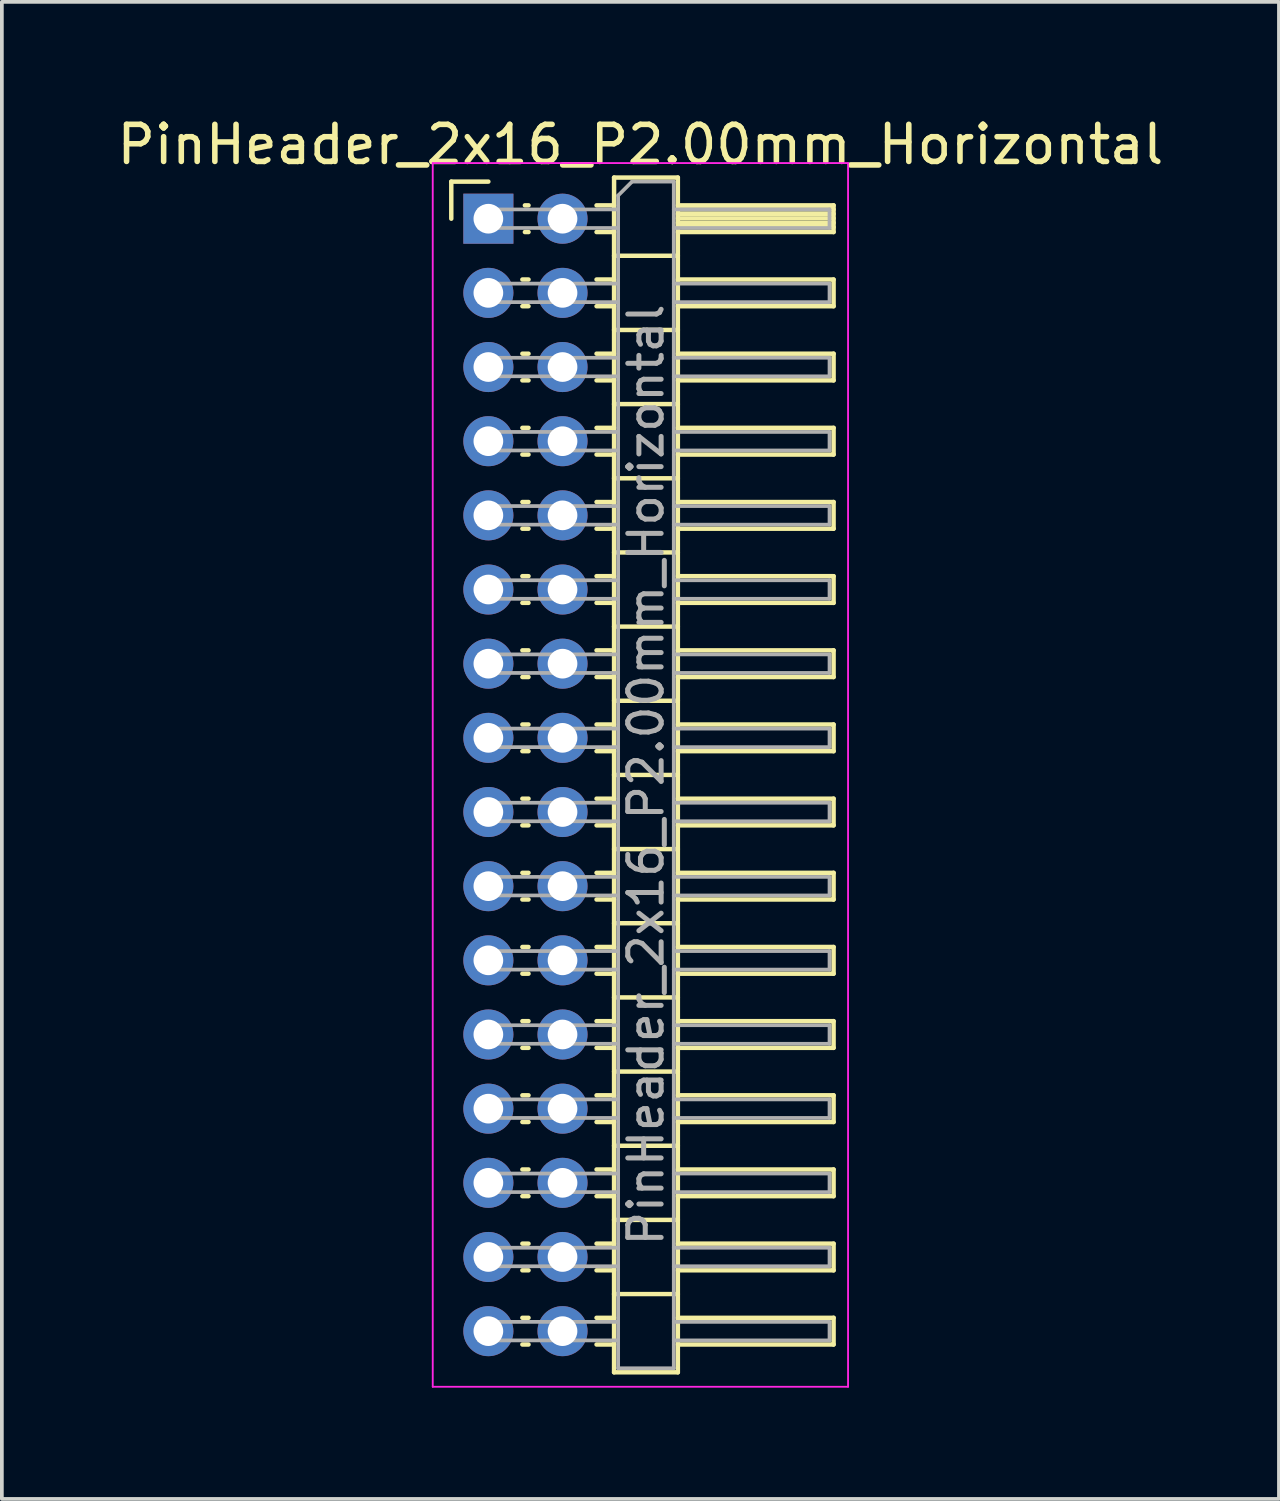
<source format=kicad_pcb>
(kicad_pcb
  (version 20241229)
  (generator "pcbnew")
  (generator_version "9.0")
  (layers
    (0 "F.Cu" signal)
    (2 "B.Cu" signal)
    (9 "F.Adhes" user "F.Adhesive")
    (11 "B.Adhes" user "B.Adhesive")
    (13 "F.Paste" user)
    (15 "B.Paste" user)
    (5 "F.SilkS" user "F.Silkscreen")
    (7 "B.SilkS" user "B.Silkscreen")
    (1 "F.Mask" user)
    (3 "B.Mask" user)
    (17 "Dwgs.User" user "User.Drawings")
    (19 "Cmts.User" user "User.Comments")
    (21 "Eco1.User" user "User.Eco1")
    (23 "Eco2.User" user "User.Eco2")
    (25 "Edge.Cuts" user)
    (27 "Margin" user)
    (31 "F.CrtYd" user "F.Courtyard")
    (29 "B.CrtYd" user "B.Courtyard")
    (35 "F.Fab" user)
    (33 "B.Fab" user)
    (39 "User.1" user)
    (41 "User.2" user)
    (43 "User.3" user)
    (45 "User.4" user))
  (footprint "PinHeader_2x16_P2.00mm_Horizontal"
    (layer "F.Cu")
    (at 10.12 2.848)
    (property "Reference" "PinHeader_2x16_P2.00mm_Horizontal" (at 4.1 -2 0) (layer "F.SilkS") (effects (font (size 1 1) (thickness 0.15))))
    (attr through_hole)
    (fp_line (start -1 -1) (end 0 -1) (stroke (width 0.12) (type solid)) (layer "F.SilkS"))
    (fp_line (start -1 0) (end -1 -1) (stroke (width 0.12) (type solid)) (layer "F.SilkS"))
    (fp_line (start 0.917 1.64) (end 1.083 1.64) (stroke (width 0.12) (type solid)) (layer "F.SilkS"))
    (fp_line (start 0.917 2.36) (end 1.083 2.36) (stroke (width 0.12) (type solid)) (layer "F.SilkS"))
    (fp_line (start 0.917 3.64) (end 1.083 3.64) (stroke (width 0.12) (type solid)) (layer "F.SilkS"))
    (fp_line (start 0.917 4.36) (end 1.083 4.36) (stroke (width 0.12) (type solid)) (layer "F.SilkS"))
    (fp_line (start 0.917 5.64) (end 1.083 5.64) (stroke (width 0.12) (type solid)) (layer "F.SilkS"))
    (fp_line (start 0.917 6.36) (end 1.083 6.36) (stroke (width 0.12) (type solid)) (layer "F.SilkS"))
    (fp_line (start 0.917 7.64) (end 1.083 7.64) (stroke (width 0.12) (type solid)) (layer "F.SilkS"))
    (fp_line (start 0.917 8.36) (end 1.083 8.36) (stroke (width 0.12) (type solid)) (layer "F.SilkS"))
    (fp_line (start 0.917 9.64) (end 1.083 9.64) (stroke (width 0.12) (type solid)) (layer "F.SilkS"))
    (fp_line (start 0.917 10.36) (end 1.083 10.36) (stroke (width 0.12) (type solid)) (layer "F.SilkS"))
    (fp_line (start 0.917 11.64) (end 1.083 11.64) (stroke (width 0.12) (type solid)) (layer "F.SilkS"))
    (fp_line (start 0.917 12.36) (end 1.083 12.36) (stroke (width 0.12) (type solid)) (layer "F.SilkS"))
    (fp_line (start 0.917 13.64) (end 1.083 13.64) (stroke (width 0.12) (type solid)) (layer "F.SilkS"))
    (fp_line (start 0.917 14.36) (end 1.083 14.36) (stroke (width 0.12) (type solid)) (layer "F.SilkS"))
    (fp_line (start 0.917 15.64) (end 1.083 15.64) (stroke (width 0.12) (type solid)) (layer "F.SilkS"))
    (fp_line (start 0.917 16.36) (end 1.083 16.36) (stroke (width 0.12) (type solid)) (layer "F.SilkS"))
    (fp_line (start 0.917 17.64) (end 1.083 17.64) (stroke (width 0.12) (type solid)) (layer "F.SilkS"))
    (fp_line (start 0.917 18.36) (end 1.083 18.36) (stroke (width 0.12) (type solid)) (layer "F.SilkS"))
    (fp_line (start 0.917 19.64) (end 1.083 19.64) (stroke (width 0.12) (type solid)) (layer "F.SilkS"))
    (fp_line (start 0.917 20.36) (end 1.083 20.36) (stroke (width 0.12) (type solid)) (layer "F.SilkS"))
    (fp_line (start 0.917 21.64) (end 1.083 21.64) (stroke (width 0.12) (type solid)) (layer "F.SilkS"))
    (fp_line (start 0.917 22.36) (end 1.083 22.36) (stroke (width 0.12) (type solid)) (layer "F.SilkS"))
    (fp_line (start 0.917 23.64) (end 1.083 23.64) (stroke (width 0.12) (type solid)) (layer "F.SilkS"))
    (fp_line (start 0.917 24.36) (end 1.083 24.36) (stroke (width 0.12) (type solid)) (layer "F.SilkS"))
    (fp_line (start 0.917 25.64) (end 1.083 25.64) (stroke (width 0.12) (type solid)) (layer "F.SilkS"))
    (fp_line (start 0.917 26.36) (end 1.083 26.36) (stroke (width 0.12) (type solid)) (layer "F.SilkS"))
    (fp_line (start 0.917 27.64) (end 1.083 27.64) (stroke (width 0.12) (type solid)) (layer "F.SilkS"))
    (fp_line (start 0.917 28.36) (end 1.083 28.36) (stroke (width 0.12) (type solid)) (layer "F.SilkS"))
    (fp_line (start 0.917 29.64) (end 1.083 29.64) (stroke (width 0.12) (type solid)) (layer "F.SilkS"))
    (fp_line (start 0.917 30.36) (end 1.083 30.36) (stroke (width 0.12) (type solid)) (layer "F.SilkS"))
    (fp_line (start 0.985 -0.36) (end 1.083 -0.36) (stroke (width 0.12) (type solid)) (layer "F.SilkS"))
    (fp_line (start 0.985 0.36) (end 1.083 0.36) (stroke (width 0.12) (type solid)) (layer "F.SilkS"))
    (fp_line (start 2.917 -0.36) (end 3.39 -0.36) (stroke (width 0.12) (type solid)) (layer "F.SilkS"))
    (fp_line (start 2.917 0.36) (end 3.39 0.36) (stroke (width 0.12) (type solid)) (layer "F.SilkS"))
    (fp_line (start 2.917 1.64) (end 3.39 1.64) (stroke (width 0.12) (type solid)) (layer "F.SilkS"))
    (fp_line (start 2.917 2.36) (end 3.39 2.36) (stroke (width 0.12) (type solid)) (layer "F.SilkS"))
    (fp_line (start 2.917 3.64) (end 3.39 3.64) (stroke (width 0.12) (type solid)) (layer "F.SilkS"))
    (fp_line (start 2.917 4.36) (end 3.39 4.36) (stroke (width 0.12) (type solid)) (layer "F.SilkS"))
    (fp_line (start 2.917 5.64) (end 3.39 5.64) (stroke (width 0.12) (type solid)) (layer "F.SilkS"))
    (fp_line (start 2.917 6.36) (end 3.39 6.36) (stroke (width 0.12) (type solid)) (layer "F.SilkS"))
    (fp_line (start 2.917 7.64) (end 3.39 7.64) (stroke (width 0.12) (type solid)) (layer "F.SilkS"))
    (fp_line (start 2.917 8.36) (end 3.39 8.36) (stroke (width 0.12) (type solid)) (layer "F.SilkS"))
    (fp_line (start 2.917 9.64) (end 3.39 9.64) (stroke (width 0.12) (type solid)) (layer "F.SilkS"))
    (fp_line (start 2.917 10.36) (end 3.39 10.36) (stroke (width 0.12) (type solid)) (layer "F.SilkS"))
    (fp_line (start 2.917 11.64) (end 3.39 11.64) (stroke (width 0.12) (type solid)) (layer "F.SilkS"))
    (fp_line (start 2.917 12.36) (end 3.39 12.36) (stroke (width 0.12) (type solid)) (layer "F.SilkS"))
    (fp_line (start 2.917 13.64) (end 3.39 13.64) (stroke (width 0.12) (type solid)) (layer "F.SilkS"))
    (fp_line (start 2.917 14.36) (end 3.39 14.36) (stroke (width 0.12) (type solid)) (layer "F.SilkS"))
    (fp_line (start 2.917 15.64) (end 3.39 15.64) (stroke (width 0.12) (type solid)) (layer "F.SilkS"))
    (fp_line (start 2.917 16.36) (end 3.39 16.36) (stroke (width 0.12) (type solid)) (layer "F.SilkS"))
    (fp_line (start 2.917 17.64) (end 3.39 17.64) (stroke (width 0.12) (type solid)) (layer "F.SilkS"))
    (fp_line (start 2.917 18.36) (end 3.39 18.36) (stroke (width 0.12) (type solid)) (layer "F.SilkS"))
    (fp_line (start 2.917 19.64) (end 3.39 19.64) (stroke (width 0.12) (type solid)) (layer "F.SilkS"))
    (fp_line (start 2.917 20.36) (end 3.39 20.36) (stroke (width 0.12) (type solid)) (layer "F.SilkS"))
    (fp_line (start 2.917 21.64) (end 3.39 21.64) (stroke (width 0.12) (type solid)) (layer "F.SilkS"))
    (fp_line (start 2.917 22.36) (end 3.39 22.36) (stroke (width 0.12) (type solid)) (layer "F.SilkS"))
    (fp_line (start 2.917 23.64) (end 3.39 23.64) (stroke (width 0.12) (type solid)) (layer "F.SilkS"))
    (fp_line (start 2.917 24.36) (end 3.39 24.36) (stroke (width 0.12) (type solid)) (layer "F.SilkS"))
    (fp_line (start 2.917 25.64) (end 3.39 25.64) (stroke (width 0.12) (type solid)) (layer "F.SilkS"))
    (fp_line (start 2.917 26.36) (end 3.39 26.36) (stroke (width 0.12) (type solid)) (layer "F.SilkS"))
    (fp_line (start 2.917 27.64) (end 3.39 27.64) (stroke (width 0.12) (type solid)) (layer "F.SilkS"))
    (fp_line (start 2.917 28.36) (end 3.39 28.36) (stroke (width 0.12) (type solid)) (layer "F.SilkS"))
    (fp_line (start 2.917 29.64) (end 3.39 29.64) (stroke (width 0.12) (type solid)) (layer "F.SilkS"))
    (fp_line (start 2.917 30.36) (end 3.39 30.36) (stroke (width 0.12) (type solid)) (layer "F.SilkS"))
    (fp_line (start 3.39 -1.11) (end 3.39 31.11) (stroke (width 0.12) (type solid)) (layer "F.SilkS"))
    (fp_line (start 3.39 1) (end 5.11 1) (stroke (width 0.12) (type solid)) (layer "F.SilkS"))
    (fp_line (start 3.39 3) (end 5.11 3) (stroke (width 0.12) (type solid)) (layer "F.SilkS"))
    (fp_line (start 3.39 5) (end 5.11 5) (stroke (width 0.12) (type solid)) (layer "F.SilkS"))
    (fp_line (start 3.39 7) (end 5.11 7) (stroke (width 0.12) (type solid)) (layer "F.SilkS"))
    (fp_line (start 3.39 9) (end 5.11 9) (stroke (width 0.12) (type solid)) (layer "F.SilkS"))
    (fp_line (start 3.39 11) (end 5.11 11) (stroke (width 0.12) (type solid)) (layer "F.SilkS"))
    (fp_line (start 3.39 13) (end 5.11 13) (stroke (width 0.12) (type solid)) (layer "F.SilkS"))
    (fp_line (start 3.39 15) (end 5.11 15) (stroke (width 0.12) (type solid)) (layer "F.SilkS"))
    (fp_line (start 3.39 17) (end 5.11 17) (stroke (width 0.12) (type solid)) (layer "F.SilkS"))
    (fp_line (start 3.39 19) (end 5.11 19) (stroke (width 0.12) (type solid)) (layer "F.SilkS"))
    (fp_line (start 3.39 21) (end 5.11 21) (stroke (width 0.12) (type solid)) (layer "F.SilkS"))
    (fp_line (start 3.39 23) (end 5.11 23) (stroke (width 0.12) (type solid)) (layer "F.SilkS"))
    (fp_line (start 3.39 25) (end 5.11 25) (stroke (width 0.12) (type solid)) (layer "F.SilkS"))
    (fp_line (start 3.39 27) (end 5.11 27) (stroke (width 0.12) (type solid)) (layer "F.SilkS"))
    (fp_line (start 3.39 29) (end 5.11 29) (stroke (width 0.12) (type solid)) (layer "F.SilkS"))
    (fp_line (start 3.39 31.11) (end 5.11 31.11) (stroke (width 0.12) (type solid)) (layer "F.SilkS"))
    (fp_line (start 5.11 -1.11) (end 3.39 -1.11) (stroke (width 0.12) (type solid)) (layer "F.SilkS"))
    (fp_line (start 5.11 -0.36) (end 9.31 -0.36) (stroke (width 0.12) (type solid)) (layer "F.SilkS"))
    (fp_line (start 5.11 -0.25) (end 9.31 -0.25) (stroke (width 0.12) (type solid)) (layer "F.SilkS"))
    (fp_line (start 5.11 -0.13) (end 9.31 -0.13) (stroke (width 0.12) (type solid)) (layer "F.SilkS"))
    (fp_line (start 5.11 -0.01) (end 9.31 -0.01) (stroke (width 0.12) (type solid)) (layer "F.SilkS"))
    (fp_line (start 5.11 0.11) (end 9.31 0.11) (stroke (width 0.12) (type solid)) (layer "F.SilkS"))
    (fp_line (start 5.11 0.23) (end 9.31 0.23) (stroke (width 0.12) (type solid)) (layer "F.SilkS"))
    (fp_line (start 5.11 1.64) (end 9.31 1.64) (stroke (width 0.12) (type solid)) (layer "F.SilkS"))
    (fp_line (start 5.11 3.64) (end 9.31 3.64) (stroke (width 0.12) (type solid)) (layer "F.SilkS"))
    (fp_line (start 5.11 5.64) (end 9.31 5.64) (stroke (width 0.12) (type solid)) (layer "F.SilkS"))
    (fp_line (start 5.11 7.64) (end 9.31 7.64) (stroke (width 0.12) (type solid)) (layer "F.SilkS"))
    (fp_line (start 5.11 9.64) (end 9.31 9.64) (stroke (width 0.12) (type solid)) (layer "F.SilkS"))
    (fp_line (start 5.11 11.64) (end 9.31 11.64) (stroke (width 0.12) (type solid)) (layer "F.SilkS"))
    (fp_line (start 5.11 13.64) (end 9.31 13.64) (stroke (width 0.12) (type solid)) (layer "F.SilkS"))
    (fp_line (start 5.11 15.64) (end 9.31 15.64) (stroke (width 0.12) (type solid)) (layer "F.SilkS"))
    (fp_line (start 5.11 17.64) (end 9.31 17.64) (stroke (width 0.12) (type solid)) (layer "F.SilkS"))
    (fp_line (start 5.11 19.64) (end 9.31 19.64) (stroke (width 0.12) (type solid)) (layer "F.SilkS"))
    (fp_line (start 5.11 21.64) (end 9.31 21.64) (stroke (width 0.12) (type solid)) (layer "F.SilkS"))
    (fp_line (start 5.11 23.64) (end 9.31 23.64) (stroke (width 0.12) (type solid)) (layer "F.SilkS"))
    (fp_line (start 5.11 25.64) (end 9.31 25.64) (stroke (width 0.12) (type solid)) (layer "F.SilkS"))
    (fp_line (start 5.11 27.64) (end 9.31 27.64) (stroke (width 0.12) (type solid)) (layer "F.SilkS"))
    (fp_line (start 5.11 29.64) (end 9.31 29.64) (stroke (width 0.12) (type solid)) (layer "F.SilkS"))
    (fp_line (start 5.11 31.11) (end 5.11 -1.11) (stroke (width 0.12) (type solid)) (layer "F.SilkS"))
    (fp_line (start 9.31 -0.36) (end 9.31 0.36) (stroke (width 0.12) (type solid)) (layer "F.SilkS"))
    (fp_line (start 9.31 0.36) (end 5.11 0.36) (stroke (width 0.12) (type solid)) (layer "F.SilkS"))
    (fp_line (start 9.31 1.64) (end 9.31 2.36) (stroke (width 0.12) (type solid)) (layer "F.SilkS"))
    (fp_line (start 9.31 2.36) (end 5.11 2.36) (stroke (width 0.12) (type solid)) (layer "F.SilkS"))
    (fp_line (start 9.31 3.64) (end 9.31 4.36) (stroke (width 0.12) (type solid)) (layer "F.SilkS"))
    (fp_line (start 9.31 4.36) (end 5.11 4.36) (stroke (width 0.12) (type solid)) (layer "F.SilkS"))
    (fp_line (start 9.31 5.64) (end 9.31 6.36) (stroke (width 0.12) (type solid)) (layer "F.SilkS"))
    (fp_line (start 9.31 6.36) (end 5.11 6.36) (stroke (width 0.12) (type solid)) (layer "F.SilkS"))
    (fp_line (start 9.31 7.64) (end 9.31 8.36) (stroke (width 0.12) (type solid)) (layer "F.SilkS"))
    (fp_line (start 9.31 8.36) (end 5.11 8.36) (stroke (width 0.12) (type solid)) (layer "F.SilkS"))
    (fp_line (start 9.31 9.64) (end 9.31 10.36) (stroke (width 0.12) (type solid)) (layer "F.SilkS"))
    (fp_line (start 9.31 10.36) (end 5.11 10.36) (stroke (width 0.12) (type solid)) (layer "F.SilkS"))
    (fp_line (start 9.31 11.64) (end 9.31 12.36) (stroke (width 0.12) (type solid)) (layer "F.SilkS"))
    (fp_line (start 9.31 12.36) (end 5.11 12.36) (stroke (width 0.12) (type solid)) (layer "F.SilkS"))
    (fp_line (start 9.31 13.64) (end 9.31 14.36) (stroke (width 0.12) (type solid)) (layer "F.SilkS"))
    (fp_line (start 9.31 14.36) (end 5.11 14.36) (stroke (width 0.12) (type solid)) (layer "F.SilkS"))
    (fp_line (start 9.31 15.64) (end 9.31 16.36) (stroke (width 0.12) (type solid)) (layer "F.SilkS"))
    (fp_line (start 9.31 16.36) (end 5.11 16.36) (stroke (width 0.12) (type solid)) (layer "F.SilkS"))
    (fp_line (start 9.31 17.64) (end 9.31 18.36) (stroke (width 0.12) (type solid)) (layer "F.SilkS"))
    (fp_line (start 9.31 18.36) (end 5.11 18.36) (stroke (width 0.12) (type solid)) (layer "F.SilkS"))
    (fp_line (start 9.31 19.64) (end 9.31 20.36) (stroke (width 0.12) (type solid)) (layer "F.SilkS"))
    (fp_line (start 9.31 20.36) (end 5.11 20.36) (stroke (width 0.12) (type solid)) (layer "F.SilkS"))
    (fp_line (start 9.31 21.64) (end 9.31 22.36) (stroke (width 0.12) (type solid)) (layer "F.SilkS"))
    (fp_line (start 9.31 22.36) (end 5.11 22.36) (stroke (width 0.12) (type solid)) (layer "F.SilkS"))
    (fp_line (start 9.31 23.64) (end 9.31 24.36) (stroke (width 0.12) (type solid)) (layer "F.SilkS"))
    (fp_line (start 9.31 24.36) (end 5.11 24.36) (stroke (width 0.12) (type solid)) (layer "F.SilkS"))
    (fp_line (start 9.31 25.64) (end 9.31 26.36) (stroke (width 0.12) (type solid)) (layer "F.SilkS"))
    (fp_line (start 9.31 26.36) (end 5.11 26.36) (stroke (width 0.12) (type solid)) (layer "F.SilkS"))
    (fp_line (start 9.31 27.64) (end 9.31 28.36) (stroke (width 0.12) (type solid)) (layer "F.SilkS"))
    (fp_line (start 9.31 28.36) (end 5.11 28.36) (stroke (width 0.12) (type solid)) (layer "F.SilkS"))
    (fp_line (start 9.31 29.64) (end 9.31 30.36) (stroke (width 0.12) (type solid)) (layer "F.SilkS"))
    (fp_line (start 9.31 30.36) (end 5.11 30.36) (stroke (width 0.12) (type solid)) (layer "F.SilkS"))
    (fp_line (start -1.5 -1.5) (end -1.5 31.5) (stroke (width 0.05) (type solid)) (layer "F.CrtYd"))
    (fp_line (start -1.5 31.5) (end 9.7 31.5) (stroke (width 0.05) (type solid)) (layer "F.CrtYd"))
    (fp_line (start 9.7 -1.5) (end -1.5 -1.5) (stroke (width 0.05) (type solid)) (layer "F.CrtYd"))
    (fp_line (start 9.7 31.5) (end 9.7 -1.5) (stroke (width 0.05) (type solid)) (layer "F.CrtYd"))
    (fp_line (start -0.25 -0.25) (end -0.25 0.25) (stroke (width 0.1) (type solid)) (layer "F.Fab"))
    (fp_line (start -0.25 -0.25) (end 3.5 -0.25) (stroke (width 0.1) (type solid)) (layer "F.Fab"))
    (fp_line (start -0.25 0.25) (end 3.5 0.25) (stroke (width 0.1) (type solid)) (layer "F.Fab"))
    (fp_line (start -0.25 1.75) (end -0.25 2.25) (stroke (width 0.1) (type solid)) (layer "F.Fab"))
    (fp_line (start -0.25 1.75) (end 3.5 1.75) (stroke (width 0.1) (type solid)) (layer "F.Fab"))
    (fp_line (start -0.25 2.25) (end 3.5 2.25) (stroke (width 0.1) (type solid)) (layer "F.Fab"))
    (fp_line (start -0.25 3.75) (end -0.25 4.25) (stroke (width 0.1) (type solid)) (layer "F.Fab"))
    (fp_line (start -0.25 3.75) (end 3.5 3.75) (stroke (width 0.1) (type solid)) (layer "F.Fab"))
    (fp_line (start -0.25 4.25) (end 3.5 4.25) (stroke (width 0.1) (type solid)) (layer "F.Fab"))
    (fp_line (start -0.25 5.75) (end -0.25 6.25) (stroke (width 0.1) (type solid)) (layer "F.Fab"))
    (fp_line (start -0.25 5.75) (end 3.5 5.75) (stroke (width 0.1) (type solid)) (layer "F.Fab"))
    (fp_line (start -0.25 6.25) (end 3.5 6.25) (stroke (width 0.1) (type solid)) (layer "F.Fab"))
    (fp_line (start -0.25 7.75) (end -0.25 8.25) (stroke (width 0.1) (type solid)) (layer "F.Fab"))
    (fp_line (start -0.25 7.75) (end 3.5 7.75) (stroke (width 0.1) (type solid)) (layer "F.Fab"))
    (fp_line (start -0.25 8.25) (end 3.5 8.25) (stroke (width 0.1) (type solid)) (layer "F.Fab"))
    (fp_line (start -0.25 9.75) (end -0.25 10.25) (stroke (width 0.1) (type solid)) (layer "F.Fab"))
    (fp_line (start -0.25 9.75) (end 3.5 9.75) (stroke (width 0.1) (type solid)) (layer "F.Fab"))
    (fp_line (start -0.25 10.25) (end 3.5 10.25) (stroke (width 0.1) (type solid)) (layer "F.Fab"))
    (fp_line (start -0.25 11.75) (end -0.25 12.25) (stroke (width 0.1) (type solid)) (layer "F.Fab"))
    (fp_line (start -0.25 11.75) (end 3.5 11.75) (stroke (width 0.1) (type solid)) (layer "F.Fab"))
    (fp_line (start -0.25 12.25) (end 3.5 12.25) (stroke (width 0.1) (type solid)) (layer "F.Fab"))
    (fp_line (start -0.25 13.75) (end -0.25 14.25) (stroke (width 0.1) (type solid)) (layer "F.Fab"))
    (fp_line (start -0.25 13.75) (end 3.5 13.75) (stroke (width 0.1) (type solid)) (layer "F.Fab"))
    (fp_line (start -0.25 14.25) (end 3.5 14.25) (stroke (width 0.1) (type solid)) (layer "F.Fab"))
    (fp_line (start -0.25 15.75) (end -0.25 16.25) (stroke (width 0.1) (type solid)) (layer "F.Fab"))
    (fp_line (start -0.25 15.75) (end 3.5 15.75) (stroke (width 0.1) (type solid)) (layer "F.Fab"))
    (fp_line (start -0.25 16.25) (end 3.5 16.25) (stroke (width 0.1) (type solid)) (layer "F.Fab"))
    (fp_line (start -0.25 17.75) (end -0.25 18.25) (stroke (width 0.1) (type solid)) (layer "F.Fab"))
    (fp_line (start -0.25 17.75) (end 3.5 17.75) (stroke (width 0.1) (type solid)) (layer "F.Fab"))
    (fp_line (start -0.25 18.25) (end 3.5 18.25) (stroke (width 0.1) (type solid)) (layer "F.Fab"))
    (fp_line (start -0.25 19.75) (end -0.25 20.25) (stroke (width 0.1) (type solid)) (layer "F.Fab"))
    (fp_line (start -0.25 19.75) (end 3.5 19.75) (stroke (width 0.1) (type solid)) (layer "F.Fab"))
    (fp_line (start -0.25 20.25) (end 3.5 20.25) (stroke (width 0.1) (type solid)) (layer "F.Fab"))
    (fp_line (start -0.25 21.75) (end -0.25 22.25) (stroke (width 0.1) (type solid)) (layer "F.Fab"))
    (fp_line (start -0.25 21.75) (end 3.5 21.75) (stroke (width 0.1) (type solid)) (layer "F.Fab"))
    (fp_line (start -0.25 22.25) (end 3.5 22.25) (stroke (width 0.1) (type solid)) (layer "F.Fab"))
    (fp_line (start -0.25 23.75) (end -0.25 24.25) (stroke (width 0.1) (type solid)) (layer "F.Fab"))
    (fp_line (start -0.25 23.75) (end 3.5 23.75) (stroke (width 0.1) (type solid)) (layer "F.Fab"))
    (fp_line (start -0.25 24.25) (end 3.5 24.25) (stroke (width 0.1) (type solid)) (layer "F.Fab"))
    (fp_line (start -0.25 25.75) (end -0.25 26.25) (stroke (width 0.1) (type solid)) (layer "F.Fab"))
    (fp_line (start -0.25 25.75) (end 3.5 25.75) (stroke (width 0.1) (type solid)) (layer "F.Fab"))
    (fp_line (start -0.25 26.25) (end 3.5 26.25) (stroke (width 0.1) (type solid)) (layer "F.Fab"))
    (fp_line (start -0.25 27.75) (end -0.25 28.25) (stroke (width 0.1) (type solid)) (layer "F.Fab"))
    (fp_line (start -0.25 27.75) (end 3.5 27.75) (stroke (width 0.1) (type solid)) (layer "F.Fab"))
    (fp_line (start -0.25 28.25) (end 3.5 28.25) (stroke (width 0.1) (type solid)) (layer "F.Fab"))
    (fp_line (start -0.25 29.75) (end -0.25 30.25) (stroke (width 0.1) (type solid)) (layer "F.Fab"))
    (fp_line (start -0.25 29.75) (end 3.5 29.75) (stroke (width 0.1) (type solid)) (layer "F.Fab"))
    (fp_line (start -0.25 30.25) (end 3.5 30.25) (stroke (width 0.1) (type solid)) (layer "F.Fab"))
    (fp_line (start 3.5 -0.625) (end 3.875 -1) (stroke (width 0.1) (type solid)) (layer "F.Fab"))
    (fp_line (start 3.5 31) (end 3.5 -0.625) (stroke (width 0.1) (type solid)) (layer "F.Fab"))
    (fp_line (start 3.875 -1) (end 5 -1) (stroke (width 0.1) (type solid)) (layer "F.Fab"))
    (fp_line (start 5 -1) (end 5 31) (stroke (width 0.1) (type solid)) (layer "F.Fab"))
    (fp_line (start 5 -0.25) (end 9.2 -0.25) (stroke (width 0.1) (type solid)) (layer "F.Fab"))
    (fp_line (start 5 0.25) (end 9.2 0.25) (stroke (width 0.1) (type solid)) (layer "F.Fab"))
    (fp_line (start 5 1.75) (end 9.2 1.75) (stroke (width 0.1) (type solid)) (layer "F.Fab"))
    (fp_line (start 5 2.25) (end 9.2 2.25) (stroke (width 0.1) (type solid)) (layer "F.Fab"))
    (fp_line (start 5 3.75) (end 9.2 3.75) (stroke (width 0.1) (type solid)) (layer "F.Fab"))
    (fp_line (start 5 4.25) (end 9.2 4.25) (stroke (width 0.1) (type solid)) (layer "F.Fab"))
    (fp_line (start 5 5.75) (end 9.2 5.75) (stroke (width 0.1) (type solid)) (layer "F.Fab"))
    (fp_line (start 5 6.25) (end 9.2 6.25) (stroke (width 0.1) (type solid)) (layer "F.Fab"))
    (fp_line (start 5 7.75) (end 9.2 7.75) (stroke (width 0.1) (type solid)) (layer "F.Fab"))
    (fp_line (start 5 8.25) (end 9.2 8.25) (stroke (width 0.1) (type solid)) (layer "F.Fab"))
    (fp_line (start 5 9.75) (end 9.2 9.75) (stroke (width 0.1) (type solid)) (layer "F.Fab"))
    (fp_line (start 5 10.25) (end 9.2 10.25) (stroke (width 0.1) (type solid)) (layer "F.Fab"))
    (fp_line (start 5 11.75) (end 9.2 11.75) (stroke (width 0.1) (type solid)) (layer "F.Fab"))
    (fp_line (start 5 12.25) (end 9.2 12.25) (stroke (width 0.1) (type solid)) (layer "F.Fab"))
    (fp_line (start 5 13.75) (end 9.2 13.75) (stroke (width 0.1) (type solid)) (layer "F.Fab"))
    (fp_line (start 5 14.25) (end 9.2 14.25) (stroke (width 0.1) (type solid)) (layer "F.Fab"))
    (fp_line (start 5 15.75) (end 9.2 15.75) (stroke (width 0.1) (type solid)) (layer "F.Fab"))
    (fp_line (start 5 16.25) (end 9.2 16.25) (stroke (width 0.1) (type solid)) (layer "F.Fab"))
    (fp_line (start 5 17.75) (end 9.2 17.75) (stroke (width 0.1) (type solid)) (layer "F.Fab"))
    (fp_line (start 5 18.25) (end 9.2 18.25) (stroke (width 0.1) (type solid)) (layer "F.Fab"))
    (fp_line (start 5 19.75) (end 9.2 19.75) (stroke (width 0.1) (type solid)) (layer "F.Fab"))
    (fp_line (start 5 20.25) (end 9.2 20.25) (stroke (width 0.1) (type solid)) (layer "F.Fab"))
    (fp_line (start 5 21.75) (end 9.2 21.75) (stroke (width 0.1) (type solid)) (layer "F.Fab"))
    (fp_line (start 5 22.25) (end 9.2 22.25) (stroke (width 0.1) (type solid)) (layer "F.Fab"))
    (fp_line (start 5 23.75) (end 9.2 23.75) (stroke (width 0.1) (type solid)) (layer "F.Fab"))
    (fp_line (start 5 24.25) (end 9.2 24.25) (stroke (width 0.1) (type solid)) (layer "F.Fab"))
    (fp_line (start 5 25.75) (end 9.2 25.75) (stroke (width 0.1) (type solid)) (layer "F.Fab"))
    (fp_line (start 5 26.25) (end 9.2 26.25) (stroke (width 0.1) (type solid)) (layer "F.Fab"))
    (fp_line (start 5 27.75) (end 9.2 27.75) (stroke (width 0.1) (type solid)) (layer "F.Fab"))
    (fp_line (start 5 28.25) (end 9.2 28.25) (stroke (width 0.1) (type solid)) (layer "F.Fab"))
    (fp_line (start 5 29.75) (end 9.2 29.75) (stroke (width 0.1) (type solid)) (layer "F.Fab"))
    (fp_line (start 5 30.25) (end 9.2 30.25) (stroke (width 0.1) (type solid)) (layer "F.Fab"))
    (fp_line (start 5 31) (end 3.5 31) (stroke (width 0.1) (type solid)) (layer "F.Fab"))
    (fp_line (start 9.2 -0.25) (end 9.2 0.25) (stroke (width 0.1) (type solid)) (layer "F.Fab"))
    (fp_line (start 9.2 1.75) (end 9.2 2.25) (stroke (width 0.1) (type solid)) (layer "F.Fab"))
    (fp_line (start 9.2 3.75) (end 9.2 4.25) (stroke (width 0.1) (type solid)) (layer "F.Fab"))
    (fp_line (start 9.2 5.75) (end 9.2 6.25) (stroke (width 0.1) (type solid)) (layer "F.Fab"))
    (fp_line (start 9.2 7.75) (end 9.2 8.25) (stroke (width 0.1) (type solid)) (layer "F.Fab"))
    (fp_line (start 9.2 9.75) (end 9.2 10.25) (stroke (width 0.1) (type solid)) (layer "F.Fab"))
    (fp_line (start 9.2 11.75) (end 9.2 12.25) (stroke (width 0.1) (type solid)) (layer "F.Fab"))
    (fp_line (start 9.2 13.75) (end 9.2 14.25) (stroke (width 0.1) (type solid)) (layer "F.Fab"))
    (fp_line (start 9.2 15.75) (end 9.2 16.25) (stroke (width 0.1) (type solid)) (layer "F.Fab"))
    (fp_line (start 9.2 17.75) (end 9.2 18.25) (stroke (width 0.1) (type solid)) (layer "F.Fab"))
    (fp_line (start 9.2 19.75) (end 9.2 20.25) (stroke (width 0.1) (type solid)) (layer "F.Fab"))
    (fp_line (start 9.2 21.75) (end 9.2 22.25) (stroke (width 0.1) (type solid)) (layer "F.Fab"))
    (fp_line (start 9.2 23.75) (end 9.2 24.25) (stroke (width 0.1) (type solid)) (layer "F.Fab"))
    (fp_line (start 9.2 25.75) (end 9.2 26.25) (stroke (width 0.1) (type solid)) (layer "F.Fab"))
    (fp_line (start 9.2 27.75) (end 9.2 28.25) (stroke (width 0.1) (type solid)) (layer "F.Fab"))
    (fp_line (start 9.2 29.75) (end 9.2 30.25) (stroke (width 0.1) (type solid)) (layer "F.Fab"))
    (fp_text user "${REFERENCE}" (at 4.25 15 90) (layer "F.Fab") (effects (font (size 0.9 0.9) (thickness 0.135))))
    (pad "1" thru_hole rect (at 0 0) (size 1.35 1.35) (drill 0.8) (layers "*.Cu" "*.Mask"))
    (pad "2" thru_hole circle (at 2 0) (size 1.35 1.35) (drill 0.8) (layers "*.Cu" "*.Mask"))
    (pad "3" thru_hole circle (at 0 2) (size 1.35 1.35) (drill 0.8) (layers "*.Cu" "*.Mask"))
    (pad "4" thru_hole circle (at 2 2) (size 1.35 1.35) (drill 0.8) (layers "*.Cu" "*.Mask"))
    (pad "5" thru_hole circle (at 0 4) (size 1.35 1.35) (drill 0.8) (layers "*.Cu" "*.Mask"))
    (pad "6" thru_hole circle (at 2 4) (size 1.35 1.35) (drill 0.8) (layers "*.Cu" "*.Mask"))
    (pad "7" thru_hole circle (at 0 6) (size 1.35 1.35) (drill 0.8) (layers "*.Cu" "*.Mask"))
    (pad "8" thru_hole circle (at 2 6) (size 1.35 1.35) (drill 0.8) (layers "*.Cu" "*.Mask"))
    (pad "9" thru_hole circle (at 0 8) (size 1.35 1.35) (drill 0.8) (layers "*.Cu" "*.Mask"))
    (pad "10" thru_hole circle (at 2 8) (size 1.35 1.35) (drill 0.8) (layers "*.Cu" "*.Mask"))
    (pad "11" thru_hole circle (at 0 10) (size 1.35 1.35) (drill 0.8) (layers "*.Cu" "*.Mask"))
    (pad "12" thru_hole circle (at 2 10) (size 1.35 1.35) (drill 0.8) (layers "*.Cu" "*.Mask"))
    (pad "13" thru_hole circle (at 0 12) (size 1.35 1.35) (drill 0.8) (layers "*.Cu" "*.Mask"))
    (pad "14" thru_hole circle (at 2 12) (size 1.35 1.35) (drill 0.8) (layers "*.Cu" "*.Mask"))
    (pad "15" thru_hole circle (at 0 14) (size 1.35 1.35) (drill 0.8) (layers "*.Cu" "*.Mask"))
    (pad "16" thru_hole circle (at 2 14) (size 1.35 1.35) (drill 0.8) (layers "*.Cu" "*.Mask"))
    (pad "17" thru_hole circle (at 0 16) (size 1.35 1.35) (drill 0.8) (layers "*.Cu" "*.Mask"))
    (pad "18" thru_hole circle (at 2 16) (size 1.35 1.35) (drill 0.8) (layers "*.Cu" "*.Mask"))
    (pad "19" thru_hole circle (at 0 18) (size 1.35 1.35) (drill 0.8) (layers "*.Cu" "*.Mask"))
    (pad "20" thru_hole circle (at 2 18) (size 1.35 1.35) (drill 0.8) (layers "*.Cu" "*.Mask"))
    (pad "21" thru_hole circle (at 0 20) (size 1.35 1.35) (drill 0.8) (layers "*.Cu" "*.Mask"))
    (pad "22" thru_hole circle (at 2 20) (size 1.35 1.35) (drill 0.8) (layers "*.Cu" "*.Mask"))
    (pad "23" thru_hole circle (at 0 22) (size 1.35 1.35) (drill 0.8) (layers "*.Cu" "*.Mask"))
    (pad "24" thru_hole circle (at 2 22) (size 1.35 1.35) (drill 0.8) (layers "*.Cu" "*.Mask"))
    (pad "25" thru_hole circle (at 0 24) (size 1.35 1.35) (drill 0.8) (layers "*.Cu" "*.Mask"))
    (pad "26" thru_hole circle (at 2 24) (size 1.35 1.35) (drill 0.8) (layers "*.Cu" "*.Mask"))
    (pad "27" thru_hole circle (at 0 26) (size 1.35 1.35) (drill 0.8) (layers "*.Cu" "*.Mask"))
    (pad "28" thru_hole circle (at 2 26) (size 1.35 1.35) (drill 0.8) (layers "*.Cu" "*.Mask"))
    (pad "29" thru_hole circle (at 0 28) (size 1.35 1.35) (drill 0.8) (layers "*.Cu" "*.Mask"))
    (pad "30" thru_hole circle (at 2 28) (size 1.35 1.35) (drill 0.8) (layers "*.Cu" "*.Mask"))
    (pad "31" thru_hole circle (at 0 30) (size 1.35 1.35) (drill 0.8) (layers "*.Cu" "*.Mask"))
    (pad "32" thru_hole circle (at 2 30) (size 1.35 1.35) (drill 0.8) (layers "*.Cu" "*.Mask")))
  (gr_rect
    (start -3 -3)
    (end 31.44 37.373)
    (stroke (width 0.1) (type default))
    (fill no)
    (layer "Edge.Cuts")))
</source>
